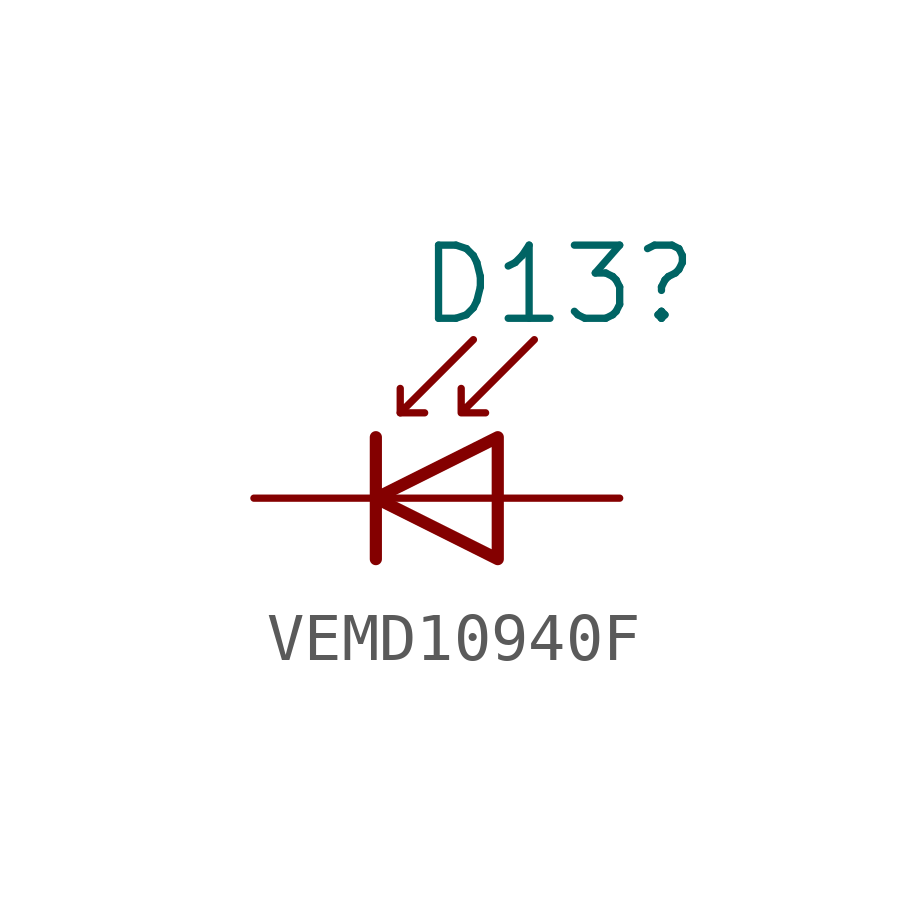
<source format=kicad_sym>
(kicad_symbol_lib
  (version 20211014)
  (generator kicad_symbol_editor)
  (symbol "VEMD10940F"
    (pin_numbers hide)
    (pin_names hide)
    (property "Reference" "D13"
      (at 1.27 4.445 0)
      (effects (font (size 1.524 1.524))))
    (symbol "VEMD10940F_0_1"
      (polyline (pts (xy -2.54 1.27) (xy -2.54 -1.27)) (stroke (width 0.254) (type default) (color 0 0 0 0)) (fill (type none)))
      (polyline (pts (xy -2.032 1.778) (xy -1.524 1.778)) (stroke (width 0) (type default) (color 0 0 0 0)) (fill (type none)))
      (polyline (pts (xy 0 0) (xy -2.54 0)) (stroke (width 0) (type default) (color 0 0 0 0)) (fill (type none)))
      (polyline (pts (xy -0.508 3.302) (xy -2.032 1.778) (xy -2.032 2.286)) (stroke (width 0) (type default) (color 0 0 0 0)) (fill (type none)))
      (polyline (pts (xy 0 -1.27) (xy 0 1.27) (xy -2.54 0) (xy 0 -1.27)) (stroke (width 0.254) (type default) (color 0 0 0 0)) (fill (type none)))
      (polyline (pts (xy 0.762 3.302) (xy -0.762 1.778) (xy -0.762 2.286) (xy -0.762 1.778) (xy -0.254 1.778)) (stroke (width 0) (type default) (color 0 0 0 0)) (fill (type none))))
    (symbol "VEMD10940F_1_1"
      (pin passive line (at -5.08 0 0) (length 2.54) (name "K" (effects (font (size 1.27 1.27)))) (number "1" (effects (font (size 1.27 1.27)))))
      (pin passive line (at 2.54 0 180) (length 2.54) (name "A" (effects (font (size 1.27 1.27)))) (number "2" (effects (font (size 1.27 1.27))))))))
</source>
